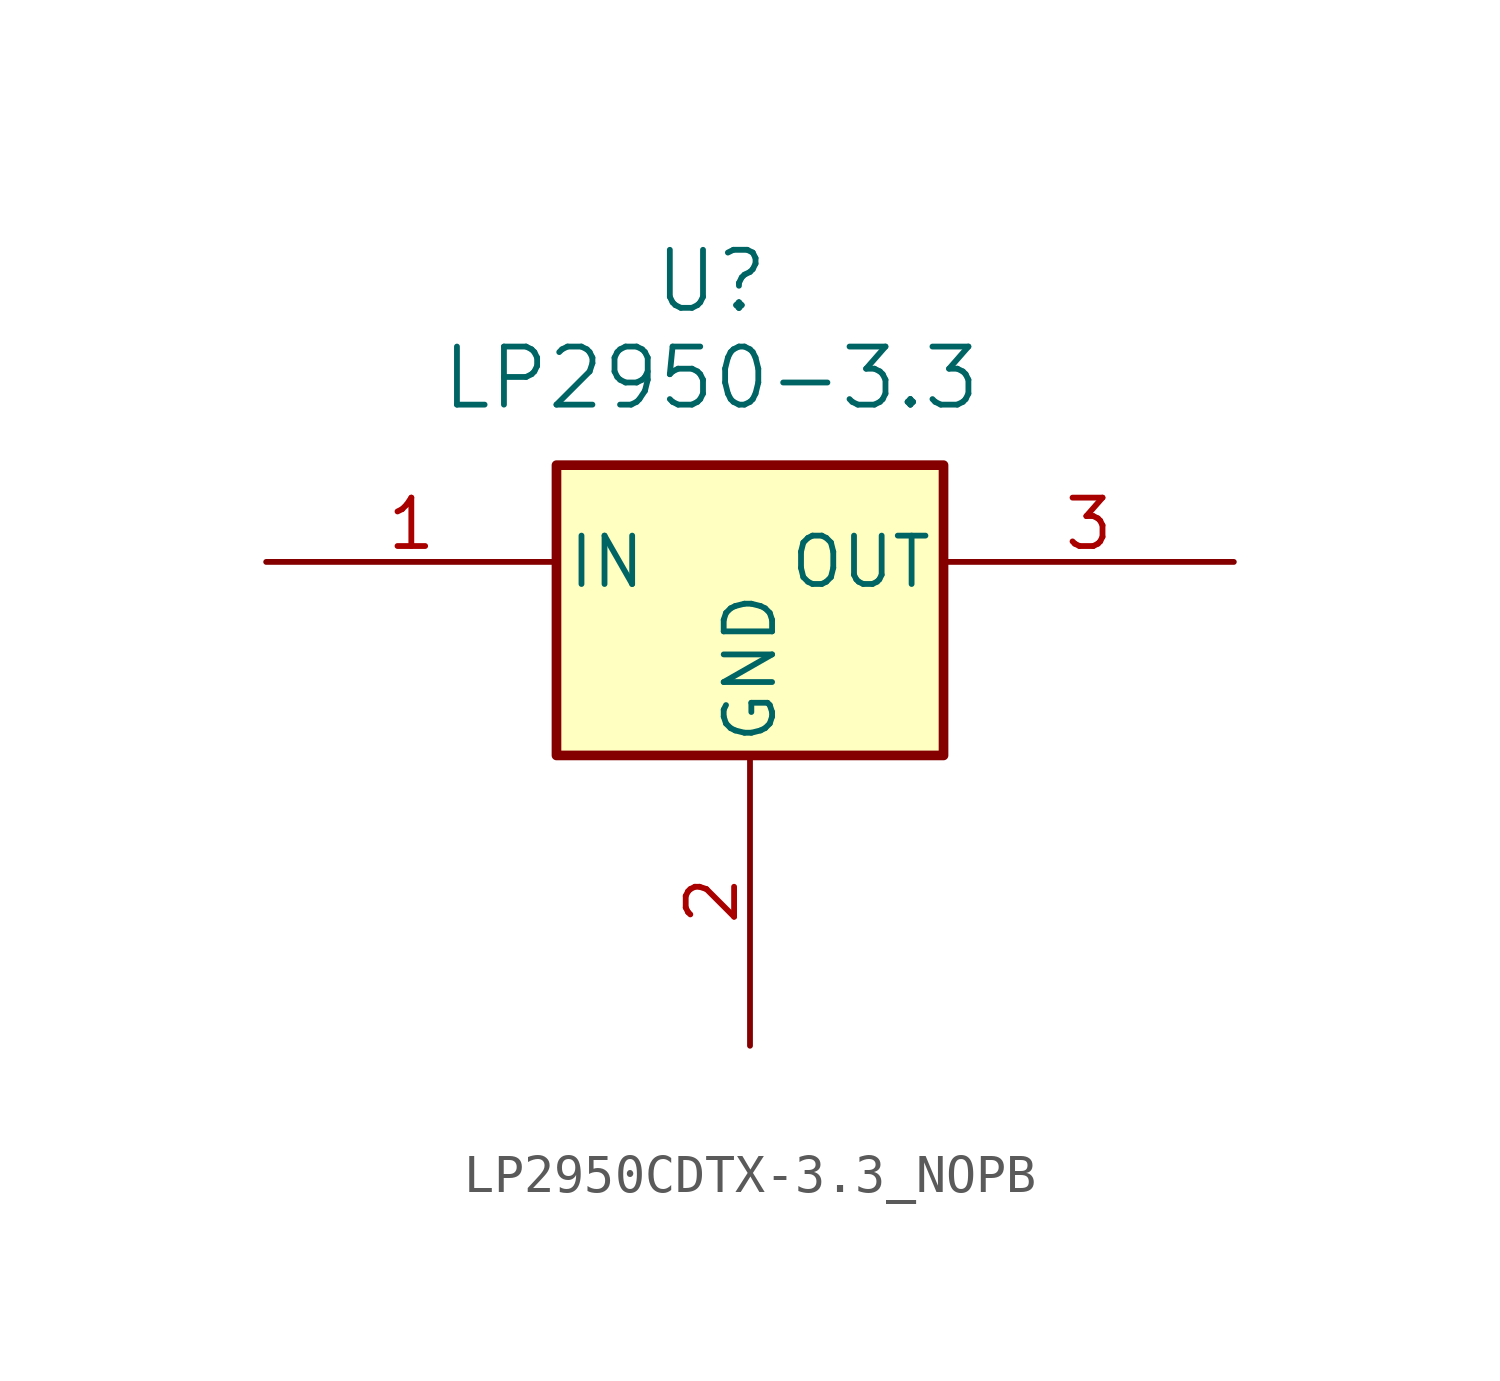
<source format=kicad_sym>
(kicad_symbol_lib
  (version 20231120)
  (generator "kicad_symbol_editor")
  (generator_version "8.0")
  (symbol "LP2950CDTX-3.3_NOPB"
    (pin_names
      (offset 0.254))
    (property "Reference" "U"
      (at 11.684 9.906 0)
      (effects (font (size 1.524 1.524))))
    (property "Value" "LP2950-3.3"
      (at 11.684 7.366 0)
      (effects (font (size 1.524 1.524))))
    (symbol "LP2950CDTX-3.3_NOPB_0_1"
      (rectangle (start 7.62 5.08) (end 17.78 -2.54) (stroke (width 0.254) (type default)) (fill (type background)))
      (pin power_in line (at 0 2.54 0) (length 7.62) (name "IN" (effects (font (size 1.27 1.27)))) (number "1" (effects (font (size 1.27 1.27))))))
    (symbol "LP2950CDTX-3.3_NOPB_1_1"
      (pin power_in line (at 12.7 -10.16 90) (length 7.62) (name "GND" (effects (font (size 1.27 1.27)))) (number "2" (effects (font (size 1.27 1.27)))))
      (pin power_out line (at 25.4 2.54 180) (length 7.62) (name "OUT" (effects (font (size 1.27 1.27)))) (number "3" (effects (font (size 1.27 1.27))))))))
</source>
